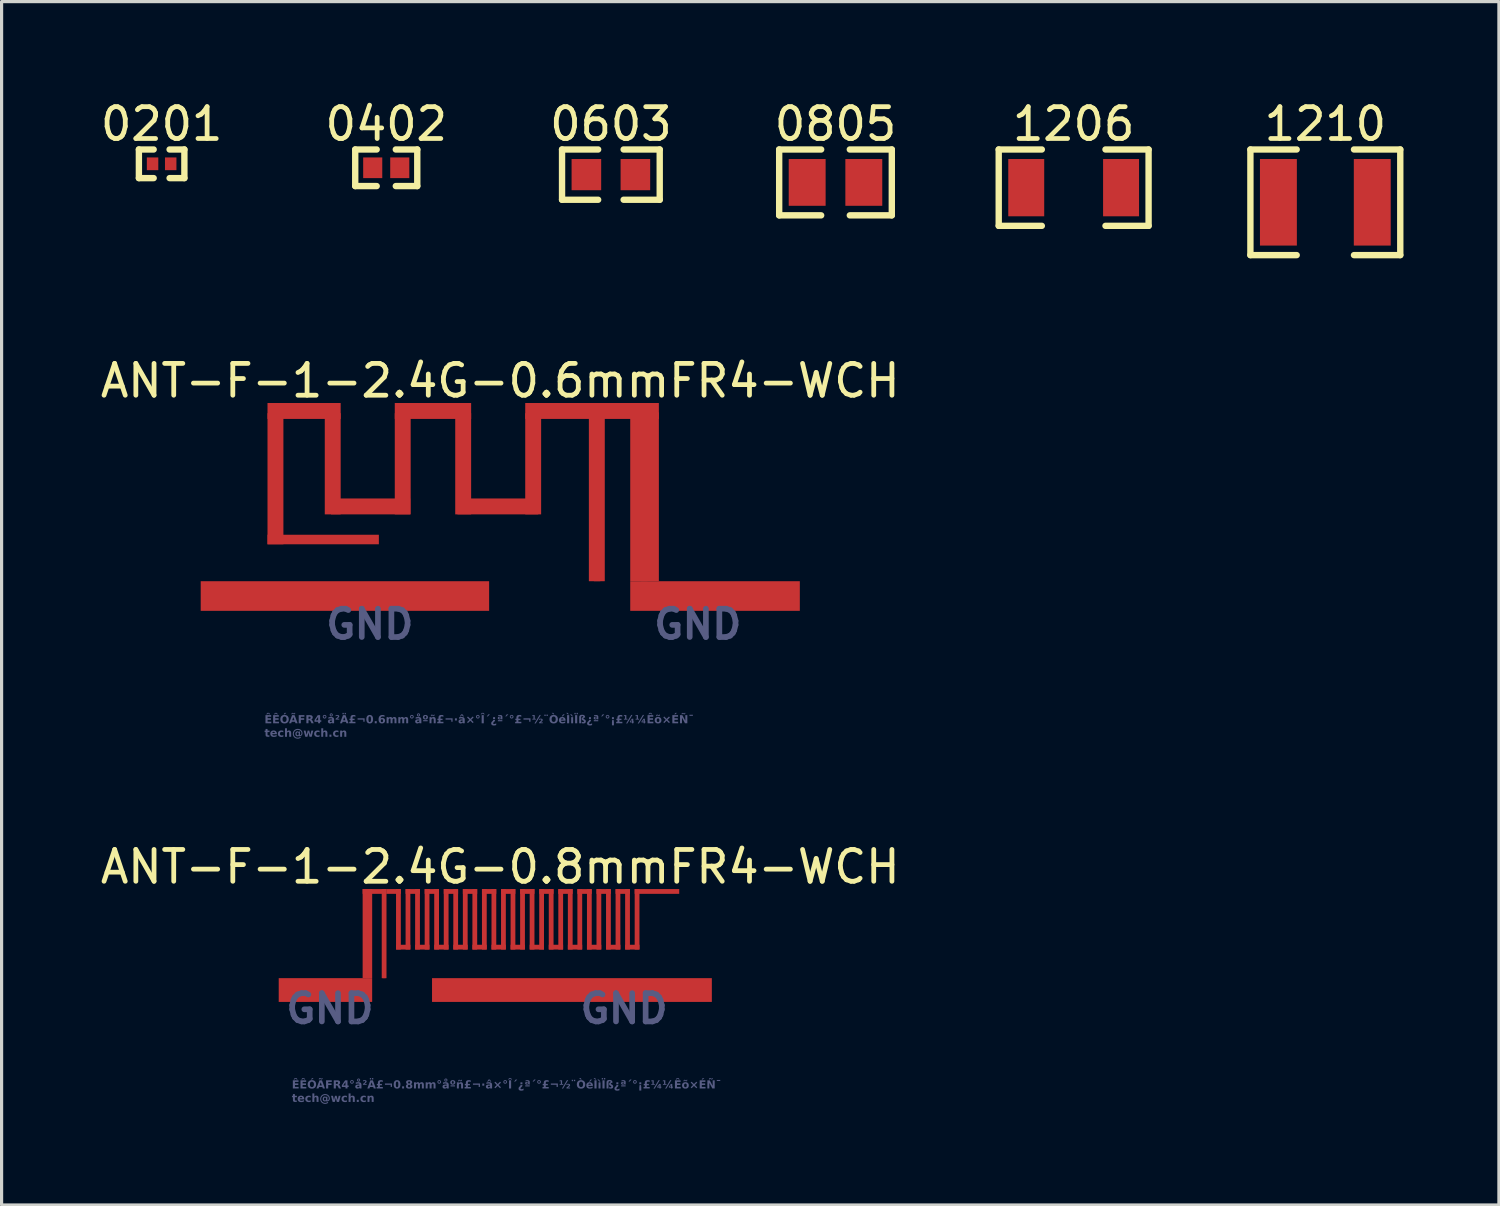
<source format=kicad_pcb>
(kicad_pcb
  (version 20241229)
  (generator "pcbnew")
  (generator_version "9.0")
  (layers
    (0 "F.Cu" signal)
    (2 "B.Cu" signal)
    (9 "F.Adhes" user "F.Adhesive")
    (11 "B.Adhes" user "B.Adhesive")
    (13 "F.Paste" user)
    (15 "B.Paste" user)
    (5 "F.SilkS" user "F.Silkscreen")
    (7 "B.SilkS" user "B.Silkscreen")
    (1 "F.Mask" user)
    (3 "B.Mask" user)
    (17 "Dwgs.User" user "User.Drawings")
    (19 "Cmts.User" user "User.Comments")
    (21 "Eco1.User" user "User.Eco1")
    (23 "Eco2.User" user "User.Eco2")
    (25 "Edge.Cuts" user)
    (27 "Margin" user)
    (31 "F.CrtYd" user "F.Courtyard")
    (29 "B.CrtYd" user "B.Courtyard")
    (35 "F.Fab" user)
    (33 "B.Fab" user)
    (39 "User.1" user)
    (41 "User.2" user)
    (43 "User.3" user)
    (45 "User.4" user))
  (footprint "1210"
    (layer "F.Cu")
    (at 37.128 3.308)
    (property "Reference" "1210" (at 1.475 -2.46 0) (layer "F.SilkS") (effects (font (size 1 1) (thickness 0.15))))
    (fp_line (start -0.88 -1.66) (end 0.575 -1.66) (stroke (width 0.2) (type solid)) (layer "F.SilkS"))
    (fp_line (start -0.88 1.66) (end -0.88 -1.66) (stroke (width 0.2) (type solid)) (layer "F.SilkS"))
    (fp_line (start -0.88 1.66) (end 0.575 1.66) (stroke (width 0.2) (type solid)) (layer "F.SilkS"))
    (fp_line (start 2.375 -1.66) (end 3.83 -1.66) (stroke (width 0.2) (type solid)) (layer "F.SilkS"))
    (fp_line (start 2.375 1.66) (end 3.83 1.66) (stroke (width 0.2) (type solid)) (layer "F.SilkS"))
    (fp_line (start 3.83 1.66) (end 3.83 -1.66) (stroke (width 0.2) (type solid)) (layer "F.SilkS"))
    (pad "1" smd rect (at 0 0) (size 1.16 2.72) (layers "F.Cu" "F.Mask" "F.Paste"))
    (pad "2" smd rect (at 2.95 0) (size 1.16 2.72) (layers "F.Cu" "F.Mask" "F.Paste")))
  (footprint "0402"
    (layer "F.Cu")
    (at 8.664 2.223)
    (property "Reference" "0402" (at 0.425 -1.375 0) (layer "F.SilkS") (effects (font (size 1 1) (thickness 0.15))))
    (fp_line (start -0.55 -0.575) (end 0.125 -0.575) (stroke (width 0.2) (type solid)) (layer "F.SilkS"))
    (fp_line (start -0.55 0.575) (end -0.55 -0.575) (stroke (width 0.2) (type solid)) (layer "F.SilkS"))
    (fp_line (start -0.55 0.575) (end 0.125 0.575) (stroke (width 0.2) (type solid)) (layer "F.SilkS"))
    (fp_line (start 0.725 -0.575) (end 1.4 -0.575) (stroke (width 0.2) (type solid)) (layer "F.SilkS"))
    (fp_line (start 0.725 0.575) (end 1.4 0.575) (stroke (width 0.2) (type solid)) (layer "F.SilkS"))
    (fp_line (start 1.4 0.575) (end 1.4 -0.575) (stroke (width 0.2) (type solid)) (layer "F.SilkS"))
    (pad "1" smd rect (at 0 0) (size 0.6 0.65) (layers "F.Cu" "F.Mask" "F.Paste"))
    (pad "2" smd rect (at 0.85 0) (size 0.6 0.65) (layers "F.Cu" "F.Mask" "F.Paste")))
  (footprint "1206"
    (layer "F.Cu")
    (at 29.203 2.848)
    (property "Reference" "1206" (at 1.49 -2 0) (layer "F.SilkS") (effects (font (size 1 1) (thickness 0.15))))
    (fp_line (start -0.865 -1.2) (end 0.49 -1.2) (stroke (width 0.2) (type solid)) (layer "F.SilkS"))
    (fp_line (start -0.865 1.2) (end -0.865 -1.2) (stroke (width 0.2) (type solid)) (layer "F.SilkS"))
    (fp_line (start -0.865 1.2) (end 0.49 1.2) (stroke (width 0.2) (type solid)) (layer "F.SilkS"))
    (fp_line (start 2.49 -1.2) (end 3.845 -1.2) (stroke (width 0.2) (type solid)) (layer "F.SilkS"))
    (fp_line (start 2.49 1.2) (end 3.845 1.2) (stroke (width 0.2) (type solid)) (layer "F.SilkS"))
    (fp_line (start 3.845 1.2) (end 3.845 -1.2) (stroke (width 0.2) (type solid)) (layer "F.SilkS"))
    (pad "1" smd rect (at 0 0) (size 1.13 1.8) (layers "F.Cu" "F.Mask" "F.Paste"))
    (pad "2" smd rect (at 2.98 0) (size 1.13 1.8) (layers "F.Cu" "F.Mask" "F.Paste")))
  (footprint "0603"
    (layer "F.Cu")
    (at 15.379 2.438)
    (property "Reference" "0603" (at 0.77 -1.59 0) (layer "F.SilkS") (effects (font (size 1 1) (thickness 0.15))))
    (fp_line (start -0.765 -0.79) (end 0.37 -0.79) (stroke (width 0.2) (type solid)) (layer "F.SilkS"))
    (fp_line (start -0.765 0.79) (end -0.765 -0.79) (stroke (width 0.2) (type solid)) (layer "F.SilkS"))
    (fp_line (start -0.765 0.79) (end 0.37 0.79) (stroke (width 0.2) (type solid)) (layer "F.SilkS"))
    (fp_line (start 1.17 -0.79) (end 2.305 -0.79) (stroke (width 0.2) (type solid)) (layer "F.SilkS"))
    (fp_line (start 1.17 0.79) (end 2.305 0.79) (stroke (width 0.2) (type solid)) (layer "F.SilkS"))
    (fp_line (start 2.305 0.79) (end 2.305 -0.79) (stroke (width 0.2) (type solid)) (layer "F.SilkS"))
    (pad "1" smd rect (at 0 0) (size 0.93 0.98) (layers "F.Cu" "F.Mask" "F.Paste"))
    (pad "2" smd rect (at 1.54 0) (size 0.93 0.98) (layers "F.Cu" "F.Mask" "F.Paste")))
  (footprint "0201"
    (layer "F.Cu")
    (at 1.745 2.098)
    (property "Reference" "0201" (at 0.285 -1.25 0) (layer "F.SilkS") (effects (font (size 1 1) (thickness 0.15))))
    (fp_line (start -0.43 -0.45) (end 0.035 -0.45) (stroke (width 0.2) (type solid)) (layer "F.SilkS"))
    (fp_line (start -0.43 0.45) (end -0.43 -0.45) (stroke (width 0.2) (type solid)) (layer "F.SilkS"))
    (fp_line (start -0.43 0.45) (end 0.035 0.45) (stroke (width 0.2) (type solid)) (layer "F.SilkS"))
    (fp_line (start 0.535 -0.45) (end 1 -0.45) (stroke (width 0.2) (type solid)) (layer "F.SilkS"))
    (fp_line (start 0.535 0.45) (end 1 0.45) (stroke (width 0.2) (type solid)) (layer "F.SilkS"))
    (fp_line (start 1 0.45) (end 1 -0.45) (stroke (width 0.2) (type solid)) (layer "F.SilkS"))
    (pad "1" smd rect (at 0 0) (size 0.36 0.4) (layers "F.Cu" "F.Mask" "F.Paste"))
    (pad "2" smd rect (at 0.57 0) (size 0.36 0.4) (layers "F.Cu" "F.Mask" "F.Paste")))
  (footprint "ANT-F-1-2.4G-0.6mmFR4-WCH"
    (layer "F.Cu")
    (at 15.717 15.116)
    (property "Reference" "ANT-F-1-2.4G-0.6mmFR4-WCH" (at -3.045 -6.2 0) (layer "F.SilkS") (effects (font (size 1 1) (thickness 0.15))))
    (fp_text user "GND" (at -8.615 1.972 0) (unlocked yes) (layer "B.Fab") (effects (font (size 0.889 0.889) (thickness 0.178)) (justify left bottom)))
    (fp_text user "GND" (at 1.692 1.972 0) (unlocked yes) (layer "B.Fab") (effects (font (size 0.889 0.889) (thickness 0.178)) (justify left bottom)))
    (fp_text_box "ÊÊÓÃFR4°å²Ä£¬0.6mm°åºñ£¬·â×°Î´¿ª´°£¬½¨ÒéÌìÏß¿ª´°¡£¼¼Êõ×ÉÑ¯ tech@wch.cn" (start -10.533 4.237) (end 3.008 5.177) (margins 0.127 0.127 0.127 0.127) (layer "B.Fab") (effects (font (face "Arial") (size 0.252 0.252) (thickness 0.152) (bold yes)) (justify left top)) (border no) (stroke (width 0.1) (type default)))
    (pad "" smd rect (at -7.927 0.566) (size 9.065 0.931) (layers "F.Cu"))
    (pad "0" smd rect (at 1.483 0 90) (size 0.2 0.2) (layers "F.Cu" "F.Paste"))
    (pad "0" smd rect (at 1.49 -2.553) (size 0.9 5.305) (layers "F.Cu"))
    (pad "0" smd rect (at 3.705 0.566) (size 5.33 0.931) (layers "F.Cu"))
    (pad "1" smd rect (at -10.11 -3.12) (size 0.5 4.12) (layers "F.Cu"))
    (pad "1" smd rect (at -9.21 -5.25) (size 2.3 0.5) (layers "F.Cu"))
    (pad "1" smd rect (at -8.61 -1.21) (size 3.5 0.3) (layers "F.Cu"))
    (pad "1" smd rect (at -8.31 -3.59) (size 0.5 3.18) (layers "F.Cu"))
    (pad "1" smd rect (at -7.119 -2.25) (size 2.489 0.5) (layers "F.Cu"))
    (pad "1" smd rect (at -6.11 -3.59) (size 0.5 3.18) (layers "F.Cu"))
    (pad "1" smd rect (at -5.16 -5.25) (size 2.4 0.5) (layers "F.Cu"))
    (pad "1" smd rect (at -4.21 -3.59) (size 0.5 3.18) (layers "F.Cu"))
    (pad "1" smd rect (at -3.12 -2.25) (size 2.54 0.5) (layers "F.Cu"))
    (pad "1" smd rect (at -2.01 -3.59) (size 0.5 3.18) (layers "F.Cu"))
    (pad "1" smd rect (at -0.16 -5.25) (size 4.2 0.5) (layers "F.Cu"))
    (pad "1" smd rect (at -0.01 -2.565) (size 0.5 5.331) (layers "F.Cu"))
    (pad "1" smd rect (at 0 0 90) (size 0.2 0.2) (layers "F.Cu" "F.Paste")))
  (footprint "0805"
    (layer "F.Cu")
    (at 22.318 2.683)
    (property "Reference" "0805" (at 0.89 -1.835 0) (layer "F.SilkS") (effects (font (size 1 1) (thickness 0.15))))
    (fp_line (start -0.88 -1.035) (end 0.44 -1.035) (stroke (width 0.2) (type solid)) (layer "F.SilkS"))
    (fp_line (start -0.88 1.035) (end -0.88 -1.035) (stroke (width 0.2) (type solid)) (layer "F.SilkS"))
    (fp_line (start -0.88 1.035) (end 0.44 1.035) (stroke (width 0.2) (type solid)) (layer "F.SilkS"))
    (fp_line (start 1.34 -1.035) (end 2.66 -1.035) (stroke (width 0.2) (type solid)) (layer "F.SilkS"))
    (fp_line (start 1.34 1.035) (end 2.66 1.035) (stroke (width 0.2) (type solid)) (layer "F.SilkS"))
    (fp_line (start 2.66 1.035) (end 2.66 -1.035) (stroke (width 0.2) (type solid)) (layer "F.SilkS"))
    (pad "1" smd rect (at 0 0) (size 1.16 1.47) (layers "F.Cu" "F.Mask" "F.Paste"))
    (pad "2" smd rect (at 1.78 0) (size 1.16 1.47) (layers "F.Cu" "F.Mask" "F.Paste")))
  (footprint "ANT-F-1-2.4G-0.8mmFR4-WCH"
    (layer "F.Cu")
    (at 9.022 27.642)
    (property "Reference" "ANT-F-1-2.4G-0.8mmFR4-WCH" (at 3.65 -3.45 0) (layer "F.SilkS") (effects (font (size 1 1) (thickness 0.15))))
    (fp_text user "GND" (at -3.175 1.528 0) (unlocked yes) (layer "B.Fab") (effects (font (size 0.889 0.889) (thickness 0.178)) (justify left bottom)))
    (fp_text user "GND" (at 6.07 1.528 0) (unlocked yes) (layer "B.Fab") (effects (font (size 0.889 0.889) (thickness 0.178)) (justify left bottom)))
    (fp_text_box "ÊÊÓÃFR4°å²Ä£¬0.8mm°åºñ£¬·â×°Î´¿ª´°£¬½¨ÒéÌìÏß¿ª´°¡£¼¼Êõ×ÉÑ¯ tech@wch.cn" (start -2.978 3.188) (end 10.563 4.128) (margins 0.127 0.127 0.127 0.127) (layer "B.Fab") (effects (font (face "Arial") (size 0.252 0.252) (thickness 0.152) (bold yes)) (justify left top)) (border no) (stroke (width 0.1) (type default)))
    (pad "" smd rect (at 5.903 0.423) (size 8.794 0.747) (layers "F.Cu"))
    (pad "0" smd rect (at -1.844 0.423) (size 2.937 0.747) (layers "F.Cu"))
    (pad "0" smd rect (at -0.525 -1.35) (size 0.3 2.8) (layers "F.Cu"))
    (pad "0" smd rect (at -0.525 0) (size 0.1 0.1) (layers "F.Cu" "F.Paste"))
    (pad "0" smd rect (at -0.3 -2.675) (size 0.75 0.15) (layers "F.Cu"))
    (pad "1" smd rect (at 0 -1.35) (size 0.15 2.8) (layers "F.Cu"))
    (pad "1" smd rect (at 0 0) (size 0.1 0.1) (layers "F.Cu" "F.Paste"))
    (pad "1" smd rect (at 0.3 -2.675) (size 0.45 0.15) (layers "F.Cu"))
    (pad "1" smd rect (at 0.45 -1.8) (size 0.15 1.9) (layers "F.Cu"))
    (pad "1" smd rect (at 0.6 -0.925) (size 0.45 0.15) (layers "F.Cu"))
    (pad "1" smd rect (at 0.75 -1.8) (size 0.15 1.9) (layers "F.Cu"))
    (pad "1" smd rect (at 0.9 -2.675) (size 0.45 0.15) (layers "F.Cu"))
    (pad "1" smd rect (at 1.05 -1.8) (size 0.15 1.9) (layers "F.Cu"))
    (pad "1" smd rect (at 1.2 -0.925) (size 0.45 0.15) (layers "F.Cu"))
    (pad "1" smd rect (at 1.35 -1.8) (size 0.15 1.9) (layers "F.Cu"))
    (pad "1" smd rect (at 1.5 -2.675) (size 0.45 0.15) (layers "F.Cu"))
    (pad "1" smd rect (at 1.65 -1.8) (size 0.15 1.9) (layers "F.Cu"))
    (pad "1" smd rect (at 1.8 -0.925) (size 0.45 0.15) (layers "F.Cu"))
    (pad "1" smd rect (at 1.95 -1.8) (size 0.15 1.9) (layers "F.Cu"))
    (pad "1" smd rect (at 2.1 -2.675) (size 0.45 0.15) (layers "F.Cu"))
    (pad "1" smd rect (at 2.25 -1.8) (size 0.15 1.9) (layers "F.Cu"))
    (pad "1" smd rect (at 2.4 -0.925) (size 0.45 0.15) (layers "F.Cu"))
    (pad "1" smd rect (at 2.55 -1.8) (size 0.15 1.9) (layers "F.Cu"))
    (pad "1" smd rect (at 2.7 -2.675) (size 0.45 0.15) (layers "F.Cu"))
    (pad "1" smd rect (at 2.85 -1.8) (size 0.15 1.9) (layers "F.Cu"))
    (pad "1" smd rect (at 3 -0.925) (size 0.45 0.15) (layers "F.Cu"))
    (pad "1" smd rect (at 3.15 -1.8) (size 0.15 1.9) (layers "F.Cu"))
    (pad "1" smd rect (at 3.3 -2.675) (size 0.45 0.15) (layers "F.Cu"))
    (pad "1" smd rect (at 3.45 -1.8) (size 0.15 1.9) (layers "F.Cu"))
    (pad "1" smd rect (at 3.6 -0.925) (size 0.45 0.15) (layers "F.Cu"))
    (pad "1" smd rect (at 3.75 -1.8) (size 0.15 1.9) (layers "F.Cu"))
    (pad "1" smd rect (at 3.9 -2.675) (size 0.45 0.15) (layers "F.Cu"))
    (pad "1" smd rect (at 4.05 -1.8) (size 0.15 1.9) (layers "F.Cu"))
    (pad "1" smd rect (at 4.2 -0.925) (size 0.45 0.15) (layers "F.Cu"))
    (pad "1" smd rect (at 4.35 -1.8) (size 0.15 1.9) (layers "F.Cu"))
    (pad "1" smd rect (at 4.5 -2.675) (size 0.45 0.15) (layers "F.Cu"))
    (pad "1" smd rect (at 4.65 -1.8) (size 0.15 1.9) (layers "F.Cu"))
    (pad "1" smd rect (at 4.8 -0.925) (size 0.45 0.15) (layers "F.Cu"))
    (pad "1" smd rect (at 4.95 -1.8) (size 0.15 1.9) (layers "F.Cu"))
    (pad "1" smd rect (at 5.1 -2.675) (size 0.45 0.15) (layers "F.Cu"))
    (pad "1" smd rect (at 5.25 -1.8) (size 0.15 1.9) (layers "F.Cu"))
    (pad "1" smd rect (at 5.4 -0.925) (size 0.45 0.15) (layers "F.Cu"))
    (pad "1" smd rect (at 5.55 -1.8) (size 0.15 1.9) (layers "F.Cu"))
    (pad "1" smd rect (at 5.7 -2.675) (size 0.45 0.15) (layers "F.Cu"))
    (pad "1" smd rect (at 5.85 -1.8) (size 0.15 1.9) (layers "F.Cu"))
    (pad "1" smd rect (at 6 -0.925) (size 0.45 0.15) (layers "F.Cu"))
    (pad "1" smd rect (at 6.15 -1.8) (size 0.15 1.9) (layers "F.Cu"))
    (pad "1" smd rect (at 6.3 -2.675) (size 0.45 0.15) (layers "F.Cu"))
    (pad "1" smd rect (at 6.45 -1.8) (size 0.15 1.9) (layers "F.Cu"))
    (pad "1" smd rect (at 6.6 -0.925) (size 0.45 0.15) (layers "F.Cu"))
    (pad "1" smd rect (at 6.75 -1.8) (size 0.15 1.9) (layers "F.Cu"))
    (pad "1" smd rect (at 6.9 -2.675) (size 0.45 0.15) (layers "F.Cu"))
    (pad "1" smd rect (at 7.05 -1.8) (size 0.15 1.9) (layers "F.Cu"))
    (pad "1" smd rect (at 7.2 -0.925) (size 0.45 0.15) (layers "F.Cu"))
    (pad "1" smd rect (at 7.35 -1.8) (size 0.15 1.9) (layers "F.Cu"))
    (pad "1" smd rect (at 7.5 -2.675) (size 0.45 0.15) (layers "F.Cu"))
    (pad "1" smd rect (at 7.65 -1.8) (size 0.15 1.9) (layers "F.Cu"))
    (pad "1" smd rect (at 7.8 -0.925) (size 0.45 0.15) (layers "F.Cu"))
    (pad "1" smd rect (at 7.95 -1.8) (size 0.15 1.9) (layers "F.Cu"))
    (pad "1" smd rect (at 8.575 -2.675) (size 1.4 0.15) (layers "F.Cu")))
  (gr_rect
    (start -3 -3)
    (end 44.058 34.82)
    (stroke (width 0.1) (type default))
    (fill no)
    (layer "Edge.Cuts")))
</source>
